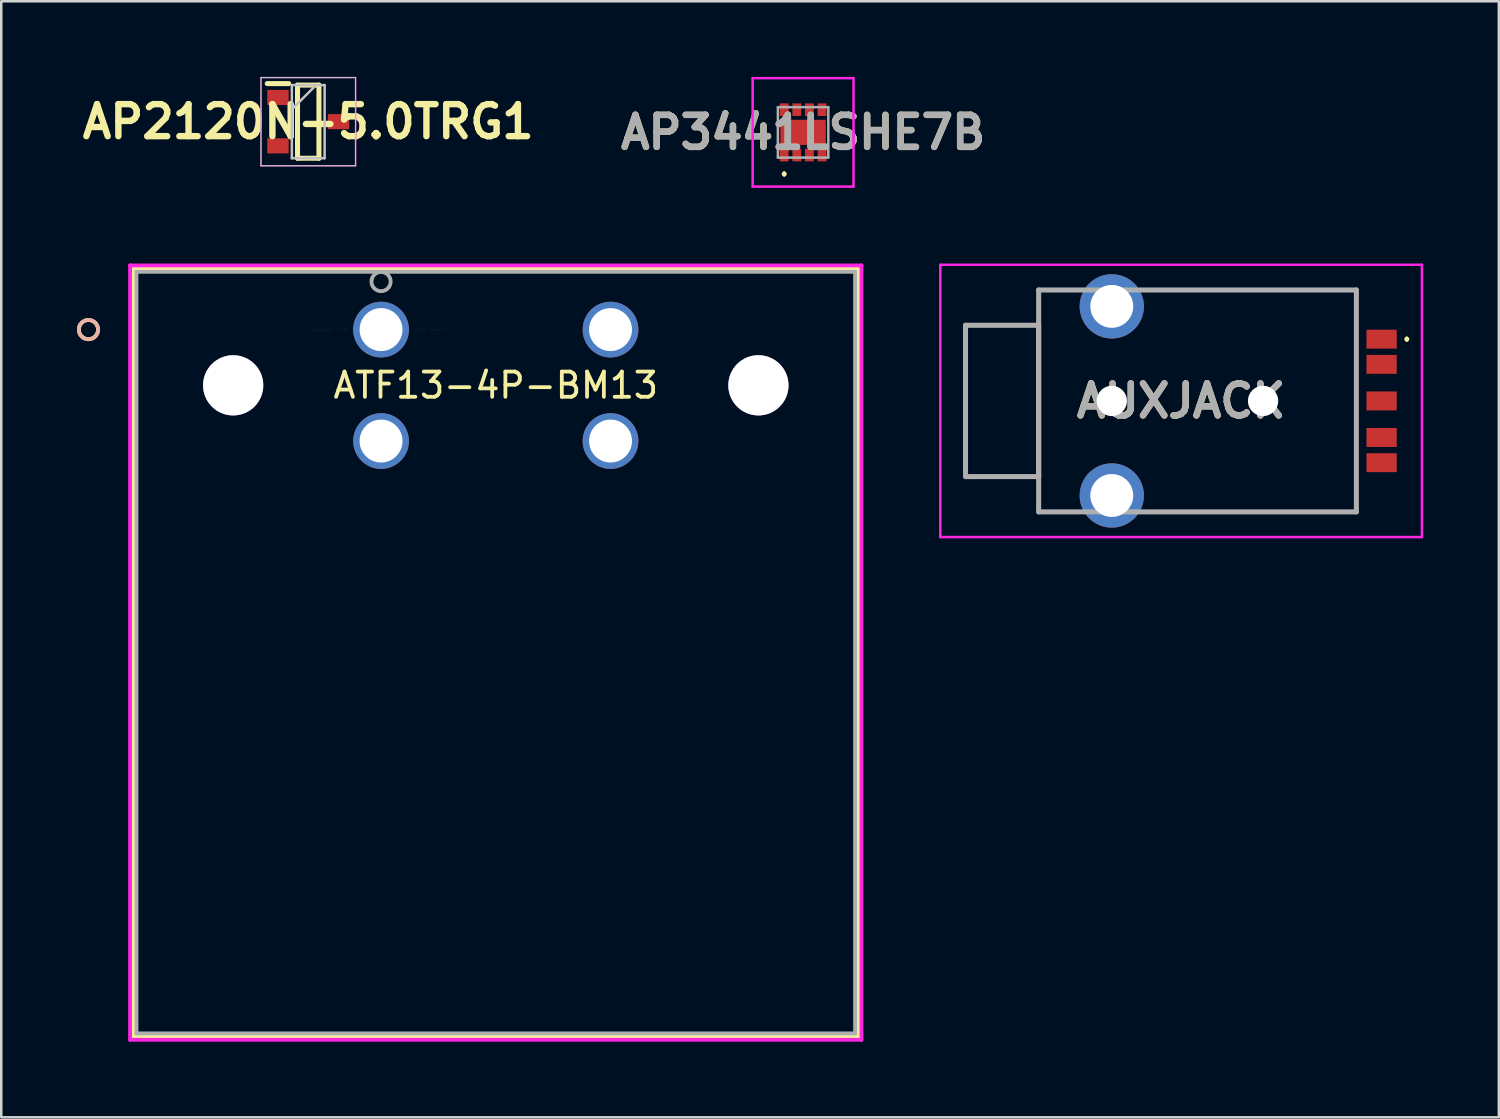
<source format=kicad_pcb>
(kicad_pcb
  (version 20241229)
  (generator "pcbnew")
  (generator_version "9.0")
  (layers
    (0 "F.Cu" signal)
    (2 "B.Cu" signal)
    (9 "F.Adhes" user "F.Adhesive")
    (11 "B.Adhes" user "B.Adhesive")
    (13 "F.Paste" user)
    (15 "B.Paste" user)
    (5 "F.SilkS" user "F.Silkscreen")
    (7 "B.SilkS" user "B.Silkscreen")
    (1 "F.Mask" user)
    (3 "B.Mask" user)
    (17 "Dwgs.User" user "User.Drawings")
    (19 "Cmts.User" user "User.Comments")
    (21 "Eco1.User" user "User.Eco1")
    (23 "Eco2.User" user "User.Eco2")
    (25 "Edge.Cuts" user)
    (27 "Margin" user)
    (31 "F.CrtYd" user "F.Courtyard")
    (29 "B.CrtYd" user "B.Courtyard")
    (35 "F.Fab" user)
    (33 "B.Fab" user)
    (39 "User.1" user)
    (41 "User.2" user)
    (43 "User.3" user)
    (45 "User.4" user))
  (footprint "AP3441LSHE7B"
    (layer "F.Cu")
    (at 28.799 2.2)
    (property "Reference" "AP3441LSHE7B" (at 0 0 0) (layer "F.SilkS") (effects (font (size 1.27 1.27) (thickness 0.254))))
    (attr smd)
    (fp_line (start -0.75 1.6) (end -0.75 1.6) (stroke (width 0.1) (type solid)) (layer "F.SilkS"))
    (fp_line (start -0.75 1.7) (end -0.75 1.7) (stroke (width 0.1) (type solid)) (layer "F.SilkS"))
    (fp_arc (start -0.75 1.6) (mid -0.7 1.65) (end -0.75 1.7) (stroke (width 0.1) (type solid)) (layer "F.SilkS"))
    (fp_arc (start -0.75 1.7) (mid -0.8 1.65) (end -0.75 1.6) (stroke (width 0.1) (type solid)) (layer "F.SilkS"))
    (fp_line (start -2 -2.15) (end 2 -2.15) (stroke (width 0.1) (type solid)) (layer "F.CrtYd"))
    (fp_line (start -2 2.15) (end -2 -2.15) (stroke (width 0.1) (type solid)) (layer "F.CrtYd"))
    (fp_line (start 2 -2.15) (end 2 2.15) (stroke (width 0.1) (type solid)) (layer "F.CrtYd"))
    (fp_line (start 2 2.15) (end -2 2.15) (stroke (width 0.1) (type solid)) (layer "F.CrtYd"))
    (fp_line (start -1 -1) (end -1 1) (stroke (width 0.1) (type solid)) (layer "F.Fab"))
    (fp_line (start -1 1) (end 1 1) (stroke (width 0.1) (type solid)) (layer "F.Fab"))
    (fp_line (start 1 -1) (end -1 -1) (stroke (width 0.1) (type solid)) (layer "F.Fab"))
    (fp_line (start 1 1) (end 1 -1) (stroke (width 0.1) (type solid)) (layer "F.Fab"))
    (fp_text user "${REFERENCE}" (at 0 0 0) (layer "F.Fab") (effects (font (size 1.27 1.27) (thickness 0.254))))
    (pad "1" smd rect (at -0.75 0.9) (size 0.35 0.5) (layers "F.Cu" "F.Mask" "F.Paste"))
    (pad "2" smd rect (at -0.25 0.9) (size 0.35 0.5) (layers "F.Cu" "F.Mask" "F.Paste"))
    (pad "3" smd rect (at 0.25 0.9) (size 0.35 0.5) (layers "F.Cu" "F.Mask" "F.Paste"))
    (pad "4" smd rect (at 0.75 0.9) (size 0.35 0.5) (layers "F.Cu" "F.Mask" "F.Paste"))
    (pad "5" smd rect (at 0.75 -0.9) (size 0.35 0.5) (layers "F.Cu" "F.Mask" "F.Paste"))
    (pad "6" smd rect (at 0.25 -0.9) (size 0.35 0.5) (layers "F.Cu" "F.Mask" "F.Paste"))
    (pad "7" smd rect (at -0.25 -0.9) (size 0.35 0.5) (layers "F.Cu" "F.Mask" "F.Paste"))
    (pad "8" smd rect (at -0.75 -0.9) (size 0.35 0.5) (layers "F.Cu" "F.Mask" "F.Paste"))
    (pad "9" smd rect (at 0 0 90) (size 1 1.8) (layers "F.Cu" "F.Mask" "F.Paste")))
  (footprint "AP2120N-5.0TRG1"
    (layer "F.Cu")
    (at 9.174 1.775)
    (property "Reference" "AP2120N-5.0TRG1" (at 0 0 0) (layer "F.SilkS") (effects (font (size 1.27 1.27) (thickness 0.254))))
    (attr smd)
    (fp_line (start -1.625 -1.51) (end -0.775 -1.51) (stroke (width 0.2) (type solid)) (layer "F.SilkS"))
    (fp_line (start -0.425 -1.45) (end 0.425 -1.45) (stroke (width 0.2) (type solid)) (layer "F.SilkS"))
    (fp_line (start -0.425 1.45) (end -0.425 -1.45) (stroke (width 0.2) (type solid)) (layer "F.SilkS"))
    (fp_line (start 0.425 -1.45) (end 0.425 1.45) (stroke (width 0.2) (type solid)) (layer "F.SilkS"))
    (fp_line (start 0.425 1.45) (end -0.425 1.45) (stroke (width 0.2) (type solid)) (layer "F.SilkS"))
    (fp_line (start -1.875 -1.75) (end 1.875 -1.75) (stroke (width 0.05) (type solid)) (layer "Dwgs.User"))
    (fp_line (start -1.875 1.75) (end -1.875 -1.75) (stroke (width 0.05) (type solid)) (layer "Dwgs.User"))
    (fp_line (start -0.65 -1.45) (end 0.65 -1.45) (stroke (width 0.1) (type solid)) (layer "Dwgs.User"))
    (fp_line (start -0.65 -0.49) (end 0.31 -1.45) (stroke (width 0.1) (type solid)) (layer "Dwgs.User"))
    (fp_line (start -0.65 1.45) (end -0.65 -1.45) (stroke (width 0.1) (type solid)) (layer "Dwgs.User"))
    (fp_line (start 0.65 -1.45) (end 0.65 1.45) (stroke (width 0.1) (type solid)) (layer "Dwgs.User"))
    (fp_line (start 0.65 1.45) (end -0.65 1.45) (stroke (width 0.1) (type solid)) (layer "Dwgs.User"))
    (fp_line (start 1.875 -1.75) (end 1.875 1.75) (stroke (width 0.05) (type solid)) (layer "Dwgs.User"))
    (fp_line (start 1.875 1.75) (end -1.875 1.75) (stroke (width 0.05) (type solid)) (layer "Dwgs.User"))
    (fp_line (start -1.87 -1.75) (end 1.88 -1.75) (stroke (width 0.05) (type solid)) (layer "F.CrtYd"))
    (fp_line (start -1.87 1.75) (end -1.87 -1.75) (stroke (width 0.05) (type solid)) (layer "F.CrtYd"))
    (fp_line (start 1.88 -1.75) (end 1.88 1.75) (stroke (width 0.05) (type solid)) (layer "F.CrtYd"))
    (fp_line (start 1.88 1.75) (end -1.87 1.75) (stroke (width 0.05) (type solid)) (layer "F.CrtYd"))
    (pad "1" smd rect (at -1.2 -0.96 90) (size 0.6 0.85) (layers "F.Cu" "F.Mask" "F.Paste"))
    (pad "2" smd rect (at -1.2 0.96 90) (size 0.6 0.85) (layers "F.Cu" "F.Mask" "F.Paste"))
    (pad "3" smd rect (at 1.2 0 90) (size 0.6 0.85) (layers "F.Cu" "F.Mask" "F.Paste")))
  (footprint "AUXJACK"
    (layer "F.Cu")
    (at 43.791 12.85)
    (property "Reference" "AUXJACK" (at 0 0 0) (layer "F.SilkS") (effects (font (size 1.27 1.27) (thickness 0.254))))
    (attr through_hole)
    (fp_line (start -5.65 -4.4) (end -5.65 4.4) (stroke (width 0.1) (type solid)) (layer "F.SilkS"))
    (fp_line (start -5.65 4.4) (end -4.25 4.4) (stroke (width 0.1) (type solid)) (layer "F.SilkS"))
    (fp_line (start -4.25 -4.4) (end -5.65 -4.4) (stroke (width 0.1) (type solid)) (layer "F.SilkS"))
    (fp_line (start -1.25 -4.4) (end 6.95 -4.4) (stroke (width 0.1) (type solid)) (layer "F.SilkS"))
    (fp_line (start 6.95 -4.4) (end 6.95 4.4) (stroke (width 0.1) (type solid)) (layer "F.SilkS"))
    (fp_line (start 6.95 4.4) (end -1.25 4.4) (stroke (width 0.1) (type solid)) (layer "F.SilkS"))
    (fp_line (start 8.95 -2.5) (end 8.95 -2.5) (stroke (width 0.1) (type solid)) (layer "F.SilkS"))
    (fp_line (start 8.95 -2.4) (end 8.95 -2.4) (stroke (width 0.1) (type solid)) (layer "F.SilkS"))
    (fp_arc (start 8.95 -2.5) (mid 9 -2.45) (end 8.95 -2.4) (stroke (width 0.1) (type solid)) (layer "F.SilkS"))
    (fp_arc (start 8.95 -2.4) (mid 8.9 -2.45) (end 8.95 -2.5) (stroke (width 0.1) (type solid)) (layer "F.SilkS"))
    (fp_line (start -9.55 -5.4) (end 9.55 -5.4) (stroke (width 0.1) (type solid)) (layer "F.CrtYd"))
    (fp_line (start -9.55 5.4) (end -9.55 -5.4) (stroke (width 0.1) (type solid)) (layer "F.CrtYd"))
    (fp_line (start 9.55 -5.4) (end 9.55 5.4) (stroke (width 0.1) (type solid)) (layer "F.CrtYd"))
    (fp_line (start 9.55 5.4) (end -9.55 5.4) (stroke (width 0.1) (type solid)) (layer "F.CrtYd"))
    (fp_line (start -8.55 -3) (end -5.65 -3) (stroke (width 0.2) (type solid)) (layer "F.Fab"))
    (fp_line (start -8.55 3) (end -8.55 -3) (stroke (width 0.2) (type solid)) (layer "F.Fab"))
    (fp_line (start -5.65 -4.4) (end 6.95 -4.4) (stroke (width 0.2) (type solid)) (layer "F.Fab"))
    (fp_line (start -5.65 -3) (end -5.65 3) (stroke (width 0.2) (type solid)) (layer "F.Fab"))
    (fp_line (start -5.65 3) (end -8.55 3) (stroke (width 0.2) (type solid)) (layer "F.Fab"))
    (fp_line (start -5.65 4.4) (end -5.65 -4.4) (stroke (width 0.2) (type solid)) (layer "F.Fab"))
    (fp_line (start 6.95 -4.4) (end 6.95 4.4) (stroke (width 0.2) (type solid)) (layer "F.Fab"))
    (fp_line (start 6.95 4.4) (end -5.65 4.4) (stroke (width 0.2) (type solid)) (layer "F.Fab"))
    (fp_text user "${REFERENCE}" (at 0 0 0) (layer "F.Fab") (effects (font (size 1.27 1.27) (thickness 0.254))))
    (pad "" np_thru_hole circle (at -2.75 0) (size 1.2 1.2) (drill 1.2) (layers "*.Cu" "*.Mask"))
    (pad "" np_thru_hole circle (at 3.25 0) (size 1.2 1.2) (drill 1.2) (layers "*.Cu" "*.Mask"))
    (pad "1" smd rect (at 7.95 -2.45 90) (size 0.75 1.2) (layers "F.Cu" "F.Mask" "F.Paste"))
    (pad "2" smd rect (at 7.95 1.45 90) (size 0.75 1.2) (layers "F.Cu" "F.Mask" "F.Paste"))
    (pad "3" smd rect (at 7.95 0 90) (size 0.75 1.2) (layers "F.Cu" "F.Mask" "F.Paste"))
    (pad "4" smd rect (at 7.95 2.45 90) (size 0.75 1.2) (layers "F.Cu" "F.Mask" "F.Paste"))
    (pad "5" smd rect (at 7.95 -1.45 90) (size 0.75 1.2) (layers "F.Cu" "F.Mask" "F.Paste"))
    (pad "MH1" thru_hole circle (at -2.75 -3.75) (size 2.55 2.55) (drill 1.7) (layers "*.Cu" "*.Mask"))
    (pad "MH2" thru_hole circle (at -2.75 3.75) (size 2.55 2.55) (drill 1.7) (layers "*.Cu" "*.Mask")))
  (footprint "ATF13-4P-BM13"
    (layer "F.Cu")
    (at 12.062 10.021)
    (property "Reference" "ATF13-4P-BM13" (at 4.55 2.21 0) (layer "F.SilkS") (effects (font (size 1 1) (thickness 0.15))))
    (attr through_hole)
    (fp_line (start -9.826 -2.418) (end -9.826 28.037) (stroke (width 0.152) (type solid)) (layer "F.SilkS"))
    (fp_line (start -9.826 28.037) (end 18.926 28.037) (stroke (width 0.152) (type solid)) (layer "F.SilkS"))
    (fp_line (start 18.926 -2.418) (end -9.826 -2.418) (stroke (width 0.152) (type solid)) (layer "F.SilkS"))
    (fp_line (start 18.926 28.037) (end 18.926 -2.418) (stroke (width 0.152) (type solid)) (layer "F.SilkS"))
    (fp_circle (center -11.604 0) (end -11.223 0) (stroke (width 0.152) (type solid)) (fill no) (layer "F.SilkS"))
    (fp_circle (center -11.604 0) (end -11.223 0) (stroke (width 0.152) (type solid)) (fill no) (layer "B.SilkS"))
    (fp_line (start -9.953 -2.545) (end -9.953 28.164) (stroke (width 0.152) (type solid)) (layer "F.CrtYd"))
    (fp_line (start -9.953 28.164) (end 19.053 28.164) (stroke (width 0.152) (type solid)) (layer "F.CrtYd"))
    (fp_line (start 19.053 -2.545) (end -9.953 -2.545) (stroke (width 0.152) (type solid)) (layer "F.CrtYd"))
    (fp_line (start 19.053 28.164) (end 19.053 -2.545) (stroke (width 0.152) (type solid)) (layer "F.CrtYd"))
    (fp_line (start -9.699 -2.291) (end -9.699 27.91) (stroke (width 0.152) (type solid)) (layer "F.Fab"))
    (fp_line (start -9.699 27.91) (end 18.799 27.91) (stroke (width 0.152) (type solid)) (layer "F.Fab"))
    (fp_line (start 18.799 -2.291) (end -9.699 -2.291) (stroke (width 0.152) (type solid)) (layer "F.Fab"))
    (fp_line (start 18.799 27.91) (end 18.799 -2.291) (stroke (width 0.152) (type solid)) (layer "F.Fab"))
    (fp_circle (center 0 -1.905) (end 0.381 -1.905) (stroke (width 0.152) (type solid)) (fill no) (layer "F.Fab"))
    (fp_text user "Copyright 2016 Accelerated Designs. All rights reserved." (at 0 0 0) (layer "Cmts.User") (effects (font (size 0.127 0.127) (thickness 0.002))))
    (pad "1" thru_hole circle (at 0 0) (size 2.21 2.21) (drill 1.702) (layers "*.Cu" "*.Mask"))
    (pad "2" thru_hole circle (at 9.1 0) (size 2.21 2.21) (drill 1.702) (layers "*.Cu" "*.Mask"))
    (pad "3" thru_hole circle (at 0 4.42) (size 2.21 2.21) (drill 1.702) (layers "*.Cu" "*.Mask"))
    (pad "4" thru_hole circle (at 9.1 4.42) (size 2.21 2.21) (drill 1.702) (layers "*.Cu" "*.Mask"))
    (pad "5" thru_hole circle (at -5.865 2.21) (size 2.388 2.388) (drill 2.388) (layers "*.Cu" "*.Mask"))
    (pad "6" thru_hole circle (at 14.965 2.21) (size 2.388 2.388) (drill 2.388) (layers "*.Cu" "*.Mask")))
  (gr_rect
    (start -3 -3)
    (end 56.391 41.261)
    (stroke (width 0.1) (type default))
    (fill no)
    (layer "Edge.Cuts")))
</source>
